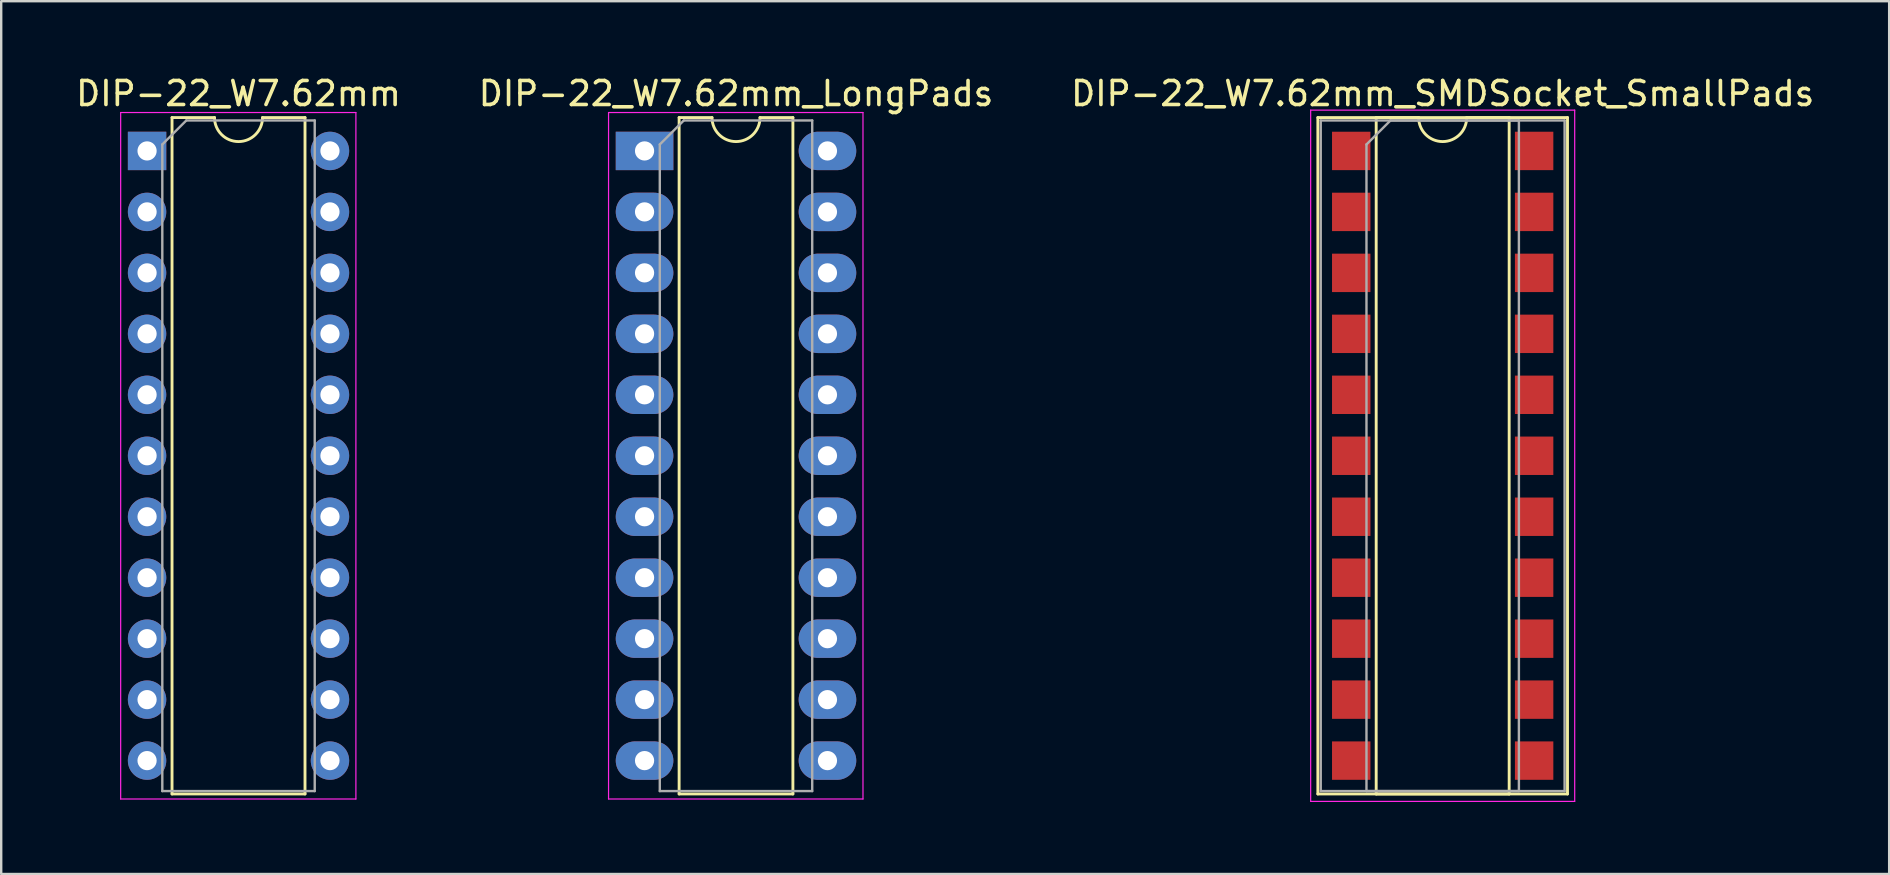
<source format=kicad_pcb>
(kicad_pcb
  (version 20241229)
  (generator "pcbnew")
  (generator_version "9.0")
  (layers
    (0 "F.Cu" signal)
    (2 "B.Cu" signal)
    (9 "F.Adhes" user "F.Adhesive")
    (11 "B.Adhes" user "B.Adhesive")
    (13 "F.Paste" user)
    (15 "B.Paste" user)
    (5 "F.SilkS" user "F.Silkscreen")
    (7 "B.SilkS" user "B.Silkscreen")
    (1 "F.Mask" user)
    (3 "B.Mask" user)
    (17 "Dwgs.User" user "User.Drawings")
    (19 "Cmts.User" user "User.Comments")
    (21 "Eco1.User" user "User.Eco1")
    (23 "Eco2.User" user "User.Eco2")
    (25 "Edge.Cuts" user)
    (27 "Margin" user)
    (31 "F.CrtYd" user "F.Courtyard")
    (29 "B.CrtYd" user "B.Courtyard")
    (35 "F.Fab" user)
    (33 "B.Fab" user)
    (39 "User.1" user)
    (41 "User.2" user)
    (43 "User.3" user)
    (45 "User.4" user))
  (footprint "DIP-22_W7.62mm"
    (layer "F.Cu")
    (at 3.077 3.238)
    (property "Reference" "DIP-22_W7.62mm" (at 3.81 -2.39 0) (layer "F.SilkS") (effects (font (size 1 1) (thickness 0.15))))
    (attr through_hole)
    (fp_line (start 1.04 -1.39) (end 1.04 26.79) (stroke (width 0.12) (type solid)) (layer "F.SilkS"))
    (fp_line (start 1.04 26.79) (end 6.58 26.79) (stroke (width 0.12) (type solid)) (layer "F.SilkS"))
    (fp_line (start 2.81 -1.39) (end 1.04 -1.39) (stroke (width 0.12) (type solid)) (layer "F.SilkS"))
    (fp_line (start 6.58 -1.39) (end 4.81 -1.39) (stroke (width 0.12) (type solid)) (layer "F.SilkS"))
    (fp_line (start 6.58 26.79) (end 6.58 -1.39) (stroke (width 0.12) (type solid)) (layer "F.SilkS"))
    (fp_arc (start 4.81 -1.39) (mid 3.81 -0.39) (end 2.81 -1.39) (stroke (width 0.12) (type solid)) (layer "F.SilkS"))
    (fp_line (start -1.1 -1.6) (end -1.1 27) (stroke (width 0.05) (type solid)) (layer "F.CrtYd"))
    (fp_line (start -1.1 27) (end 8.7 27) (stroke (width 0.05) (type solid)) (layer "F.CrtYd"))
    (fp_line (start 8.7 -1.6) (end -1.1 -1.6) (stroke (width 0.05) (type solid)) (layer "F.CrtYd"))
    (fp_line (start 8.7 27) (end 8.7 -1.6) (stroke (width 0.05) (type solid)) (layer "F.CrtYd"))
    (fp_line (start 0.635 -0.27) (end 1.635 -1.27) (stroke (width 0.1) (type solid)) (layer "F.Fab"))
    (fp_line (start 0.635 26.67) (end 0.635 -0.27) (stroke (width 0.1) (type solid)) (layer "F.Fab"))
    (fp_line (start 1.635 -1.27) (end 6.985 -1.27) (stroke (width 0.1) (type solid)) (layer "F.Fab"))
    (fp_line (start 6.985 -1.27) (end 6.985 26.67) (stroke (width 0.1) (type solid)) (layer "F.Fab"))
    (fp_line (start 6.985 26.67) (end 0.635 26.67) (stroke (width 0.1) (type solid)) (layer "F.Fab"))
    (pad "1" thru_hole rect (at 0 0) (size 1.6 1.6) (drill 0.8) (layers "*.Cu" "*.Mask"))
    (pad "2" thru_hole oval (at 0 2.54) (size 1.6 1.6) (drill 0.8) (layers "*.Cu" "*.Mask"))
    (pad "3" thru_hole oval (at 0 5.08) (size 1.6 1.6) (drill 0.8) (layers "*.Cu" "*.Mask"))
    (pad "4" thru_hole oval (at 0 7.62) (size 1.6 1.6) (drill 0.8) (layers "*.Cu" "*.Mask"))
    (pad "5" thru_hole oval (at 0 10.16) (size 1.6 1.6) (drill 0.8) (layers "*.Cu" "*.Mask"))
    (pad "6" thru_hole oval (at 0 12.7) (size 1.6 1.6) (drill 0.8) (layers "*.Cu" "*.Mask"))
    (pad "7" thru_hole oval (at 0 15.24) (size 1.6 1.6) (drill 0.8) (layers "*.Cu" "*.Mask"))
    (pad "8" thru_hole oval (at 0 17.78) (size 1.6 1.6) (drill 0.8) (layers "*.Cu" "*.Mask"))
    (pad "9" thru_hole oval (at 0 20.32) (size 1.6 1.6) (drill 0.8) (layers "*.Cu" "*.Mask"))
    (pad "10" thru_hole oval (at 0 22.86) (size 1.6 1.6) (drill 0.8) (layers "*.Cu" "*.Mask"))
    (pad "11" thru_hole oval (at 0 25.4) (size 1.6 1.6) (drill 0.8) (layers "*.Cu" "*.Mask"))
    (pad "12" thru_hole oval (at 7.62 25.4) (size 1.6 1.6) (drill 0.8) (layers "*.Cu" "*.Mask"))
    (pad "13" thru_hole oval (at 7.62 22.86) (size 1.6 1.6) (drill 0.8) (layers "*.Cu" "*.Mask"))
    (pad "14" thru_hole oval (at 7.62 20.32) (size 1.6 1.6) (drill 0.8) (layers "*.Cu" "*.Mask"))
    (pad "15" thru_hole oval (at 7.62 17.78) (size 1.6 1.6) (drill 0.8) (layers "*.Cu" "*.Mask"))
    (pad "16" thru_hole oval (at 7.62 15.24) (size 1.6 1.6) (drill 0.8) (layers "*.Cu" "*.Mask"))
    (pad "17" thru_hole oval (at 7.62 12.7) (size 1.6 1.6) (drill 0.8) (layers "*.Cu" "*.Mask"))
    (pad "18" thru_hole oval (at 7.62 10.16) (size 1.6 1.6) (drill 0.8) (layers "*.Cu" "*.Mask"))
    (pad "19" thru_hole oval (at 7.62 7.62) (size 1.6 1.6) (drill 0.8) (layers "*.Cu" "*.Mask"))
    (pad "20" thru_hole oval (at 7.62 5.08) (size 1.6 1.6) (drill 0.8) (layers "*.Cu" "*.Mask"))
    (pad "21" thru_hole oval (at 7.62 2.54) (size 1.6 1.6) (drill 0.8) (layers "*.Cu" "*.Mask"))
    (pad "22" thru_hole oval (at 7.62 0) (size 1.6 1.6) (drill 0.8) (layers "*.Cu" "*.Mask")))
  (footprint "DIP-22_W7.62mm_LongPads"
    (layer "F.Cu")
    (at 23.803 3.238)
    (property "Reference" "DIP-22_W7.62mm_LongPads" (at 3.81 -2.39 0) (layer "F.SilkS") (effects (font (size 1 1) (thickness 0.15))))
    (attr through_hole)
    (fp_line (start 1.44 -1.39) (end 1.44 26.79) (stroke (width 0.12) (type solid)) (layer "F.SilkS"))
    (fp_line (start 1.44 26.79) (end 6.18 26.79) (stroke (width 0.12) (type solid)) (layer "F.SilkS"))
    (fp_line (start 2.81 -1.39) (end 1.44 -1.39) (stroke (width 0.12) (type solid)) (layer "F.SilkS"))
    (fp_line (start 6.18 -1.39) (end 4.81 -1.39) (stroke (width 0.12) (type solid)) (layer "F.SilkS"))
    (fp_line (start 6.18 26.79) (end 6.18 -1.39) (stroke (width 0.12) (type solid)) (layer "F.SilkS"))
    (fp_arc (start 4.81 -1.39) (mid 3.81 -0.39) (end 2.81 -1.39) (stroke (width 0.12) (type solid)) (layer "F.SilkS"))
    (fp_line (start -1.5 -1.6) (end -1.5 27) (stroke (width 0.05) (type solid)) (layer "F.CrtYd"))
    (fp_line (start -1.5 27) (end 9.1 27) (stroke (width 0.05) (type solid)) (layer "F.CrtYd"))
    (fp_line (start 9.1 -1.6) (end -1.5 -1.6) (stroke (width 0.05) (type solid)) (layer "F.CrtYd"))
    (fp_line (start 9.1 27) (end 9.1 -1.6) (stroke (width 0.05) (type solid)) (layer "F.CrtYd"))
    (fp_line (start 0.635 -0.27) (end 1.635 -1.27) (stroke (width 0.1) (type solid)) (layer "F.Fab"))
    (fp_line (start 0.635 26.67) (end 0.635 -0.27) (stroke (width 0.1) (type solid)) (layer "F.Fab"))
    (fp_line (start 1.635 -1.27) (end 6.985 -1.27) (stroke (width 0.1) (type solid)) (layer "F.Fab"))
    (fp_line (start 6.985 -1.27) (end 6.985 26.67) (stroke (width 0.1) (type solid)) (layer "F.Fab"))
    (fp_line (start 6.985 26.67) (end 0.635 26.67) (stroke (width 0.1) (type solid)) (layer "F.Fab"))
    (pad "1" thru_hole rect (at 0 0) (size 2.4 1.6) (drill 0.8) (layers "*.Cu" "*.Mask"))
    (pad "2" thru_hole oval (at 0 2.54) (size 2.4 1.6) (drill 0.8) (layers "*.Cu" "*.Mask"))
    (pad "3" thru_hole oval (at 0 5.08) (size 2.4 1.6) (drill 0.8) (layers "*.Cu" "*.Mask"))
    (pad "4" thru_hole oval (at 0 7.62) (size 2.4 1.6) (drill 0.8) (layers "*.Cu" "*.Mask"))
    (pad "5" thru_hole oval (at 0 10.16) (size 2.4 1.6) (drill 0.8) (layers "*.Cu" "*.Mask"))
    (pad "6" thru_hole oval (at 0 12.7) (size 2.4 1.6) (drill 0.8) (layers "*.Cu" "*.Mask"))
    (pad "7" thru_hole oval (at 0 15.24) (size 2.4 1.6) (drill 0.8) (layers "*.Cu" "*.Mask"))
    (pad "8" thru_hole oval (at 0 17.78) (size 2.4 1.6) (drill 0.8) (layers "*.Cu" "*.Mask"))
    (pad "9" thru_hole oval (at 0 20.32) (size 2.4 1.6) (drill 0.8) (layers "*.Cu" "*.Mask"))
    (pad "10" thru_hole oval (at 0 22.86) (size 2.4 1.6) (drill 0.8) (layers "*.Cu" "*.Mask"))
    (pad "11" thru_hole oval (at 0 25.4) (size 2.4 1.6) (drill 0.8) (layers "*.Cu" "*.Mask"))
    (pad "12" thru_hole oval (at 7.62 25.4) (size 2.4 1.6) (drill 0.8) (layers "*.Cu" "*.Mask"))
    (pad "13" thru_hole oval (at 7.62 22.86) (size 2.4 1.6) (drill 0.8) (layers "*.Cu" "*.Mask"))
    (pad "14" thru_hole oval (at 7.62 20.32) (size 2.4 1.6) (drill 0.8) (layers "*.Cu" "*.Mask"))
    (pad "15" thru_hole oval (at 7.62 17.78) (size 2.4 1.6) (drill 0.8) (layers "*.Cu" "*.Mask"))
    (pad "16" thru_hole oval (at 7.62 15.24) (size 2.4 1.6) (drill 0.8) (layers "*.Cu" "*.Mask"))
    (pad "17" thru_hole oval (at 7.62 12.7) (size 2.4 1.6) (drill 0.8) (layers "*.Cu" "*.Mask"))
    (pad "18" thru_hole oval (at 7.62 10.16) (size 2.4 1.6) (drill 0.8) (layers "*.Cu" "*.Mask"))
    (pad "19" thru_hole oval (at 7.62 7.62) (size 2.4 1.6) (drill 0.8) (layers "*.Cu" "*.Mask"))
    (pad "20" thru_hole oval (at 7.62 5.08) (size 2.4 1.6) (drill 0.8) (layers "*.Cu" "*.Mask"))
    (pad "21" thru_hole oval (at 7.62 2.54) (size 2.4 1.6) (drill 0.8) (layers "*.Cu" "*.Mask"))
    (pad "22" thru_hole oval (at 7.62 0) (size 2.4 1.6) (drill 0.8) (layers "*.Cu" "*.Mask")))
  (footprint "DIP-22_W7.62mm_SMDSocket_SmallPads"
    (layer "F.Cu")
    (at 57.054 15.938)
    (property "Reference" "DIP-22_W7.62mm_SMDSocket_SmallPads" (at 0 -15.09 0) (layer "F.SilkS") (effects (font (size 1 1) (thickness 0.15))))
    (attr smd)
    (fp_line (start -5.2 -14.09) (end -5.2 14.09) (stroke (width 0.12) (type solid)) (layer "F.SilkS"))
    (fp_line (start -5.2 14.09) (end 5.2 14.09) (stroke (width 0.12) (type solid)) (layer "F.SilkS"))
    (fp_line (start -2.77 -14.09) (end -2.77 14.09) (stroke (width 0.12) (type solid)) (layer "F.SilkS"))
    (fp_line (start -2.77 14.09) (end 2.77 14.09) (stroke (width 0.12) (type solid)) (layer "F.SilkS"))
    (fp_line (start -1 -14.09) (end -2.77 -14.09) (stroke (width 0.12) (type solid)) (layer "F.SilkS"))
    (fp_line (start 2.77 -14.09) (end 1 -14.09) (stroke (width 0.12) (type solid)) (layer "F.SilkS"))
    (fp_line (start 2.77 14.09) (end 2.77 -14.09) (stroke (width 0.12) (type solid)) (layer "F.SilkS"))
    (fp_line (start 5.2 -14.09) (end -5.2 -14.09) (stroke (width 0.12) (type solid)) (layer "F.SilkS"))
    (fp_line (start 5.2 14.09) (end 5.2 -14.09) (stroke (width 0.12) (type solid)) (layer "F.SilkS"))
    (fp_arc (start 1 -14.09) (mid 0 -13.09) (end -1 -14.09) (stroke (width 0.12) (type solid)) (layer "F.SilkS"))
    (fp_line (start -5.5 -14.4) (end -5.5 14.4) (stroke (width 0.05) (type solid)) (layer "F.CrtYd"))
    (fp_line (start -5.5 14.4) (end 5.5 14.4) (stroke (width 0.05) (type solid)) (layer "F.CrtYd"))
    (fp_line (start 5.5 -14.4) (end -5.5 -14.4) (stroke (width 0.05) (type solid)) (layer "F.CrtYd"))
    (fp_line (start 5.5 14.4) (end 5.5 -14.4) (stroke (width 0.05) (type solid)) (layer "F.CrtYd"))
    (fp_line (start -5.08 -13.97) (end -5.08 13.97) (stroke (width 0.1) (type solid)) (layer "F.Fab"))
    (fp_line (start -5.08 13.97) (end 5.08 13.97) (stroke (width 0.1) (type solid)) (layer "F.Fab"))
    (fp_line (start -3.175 -12.97) (end -2.175 -13.97) (stroke (width 0.1) (type solid)) (layer "F.Fab"))
    (fp_line (start -3.175 13.97) (end -3.175 -12.97) (stroke (width 0.1) (type solid)) (layer "F.Fab"))
    (fp_line (start -2.175 -13.97) (end 3.175 -13.97) (stroke (width 0.1) (type solid)) (layer "F.Fab"))
    (fp_line (start 3.175 -13.97) (end 3.175 13.97) (stroke (width 0.1) (type solid)) (layer "F.Fab"))
    (fp_line (start 3.175 13.97) (end -3.175 13.97) (stroke (width 0.1) (type solid)) (layer "F.Fab"))
    (fp_line (start 5.08 -13.97) (end -5.08 -13.97) (stroke (width 0.1) (type solid)) (layer "F.Fab"))
    (fp_line (start 5.08 13.97) (end 5.08 -13.97) (stroke (width 0.1) (type solid)) (layer "F.Fab"))
    (pad "1" smd rect (at -3.81 -12.7) (size 1.6 1.6) (layers "F.Cu" "F.Mask"))
    (pad "2" smd rect (at -3.81 -10.16) (size 1.6 1.6) (layers "F.Cu" "F.Mask"))
    (pad "3" smd rect (at -3.81 -7.62) (size 1.6 1.6) (layers "F.Cu" "F.Mask"))
    (pad "4" smd rect (at -3.81 -5.08) (size 1.6 1.6) (layers "F.Cu" "F.Mask"))
    (pad "5" smd rect (at -3.81 -2.54) (size 1.6 1.6) (layers "F.Cu" "F.Mask"))
    (pad "6" smd rect (at -3.81 0) (size 1.6 1.6) (layers "F.Cu" "F.Mask"))
    (pad "7" smd rect (at -3.81 2.54) (size 1.6 1.6) (layers "F.Cu" "F.Mask"))
    (pad "8" smd rect (at -3.81 5.08) (size 1.6 1.6) (layers "F.Cu" "F.Mask"))
    (pad "9" smd rect (at -3.81 7.62) (size 1.6 1.6) (layers "F.Cu" "F.Mask"))
    (pad "10" smd rect (at -3.81 10.16) (size 1.6 1.6) (layers "F.Cu" "F.Mask"))
    (pad "11" smd rect (at -3.81 12.7) (size 1.6 1.6) (layers "F.Cu" "F.Mask"))
    (pad "12" smd rect (at 3.81 12.7) (size 1.6 1.6) (layers "F.Cu" "F.Mask"))
    (pad "13" smd rect (at 3.81 10.16) (size 1.6 1.6) (layers "F.Cu" "F.Mask"))
    (pad "14" smd rect (at 3.81 7.62) (size 1.6 1.6) (layers "F.Cu" "F.Mask"))
    (pad "15" smd rect (at 3.81 5.08) (size 1.6 1.6) (layers "F.Cu" "F.Mask"))
    (pad "16" smd rect (at 3.81 2.54) (size 1.6 1.6) (layers "F.Cu" "F.Mask"))
    (pad "17" smd rect (at 3.81 0) (size 1.6 1.6) (layers "F.Cu" "F.Mask"))
    (pad "18" smd rect (at 3.81 -2.54) (size 1.6 1.6) (layers "F.Cu" "F.Mask"))
    (pad "19" smd rect (at 3.81 -5.08) (size 1.6 1.6) (layers "F.Cu" "F.Mask"))
    (pad "20" smd rect (at 3.81 -7.62) (size 1.6 1.6) (layers "F.Cu" "F.Mask"))
    (pad "21" smd rect (at 3.81 -10.16) (size 1.6 1.6) (layers "F.Cu" "F.Mask"))
    (pad "22" smd rect (at 3.81 -12.7) (size 1.6 1.6) (layers "F.Cu" "F.Mask")))
  (gr_rect
    (start -3 -3)
    (end 75.655 33.363)
    (stroke (width 0.1) (type default))
    (fill no)
    (layer "Edge.Cuts")))
</source>
